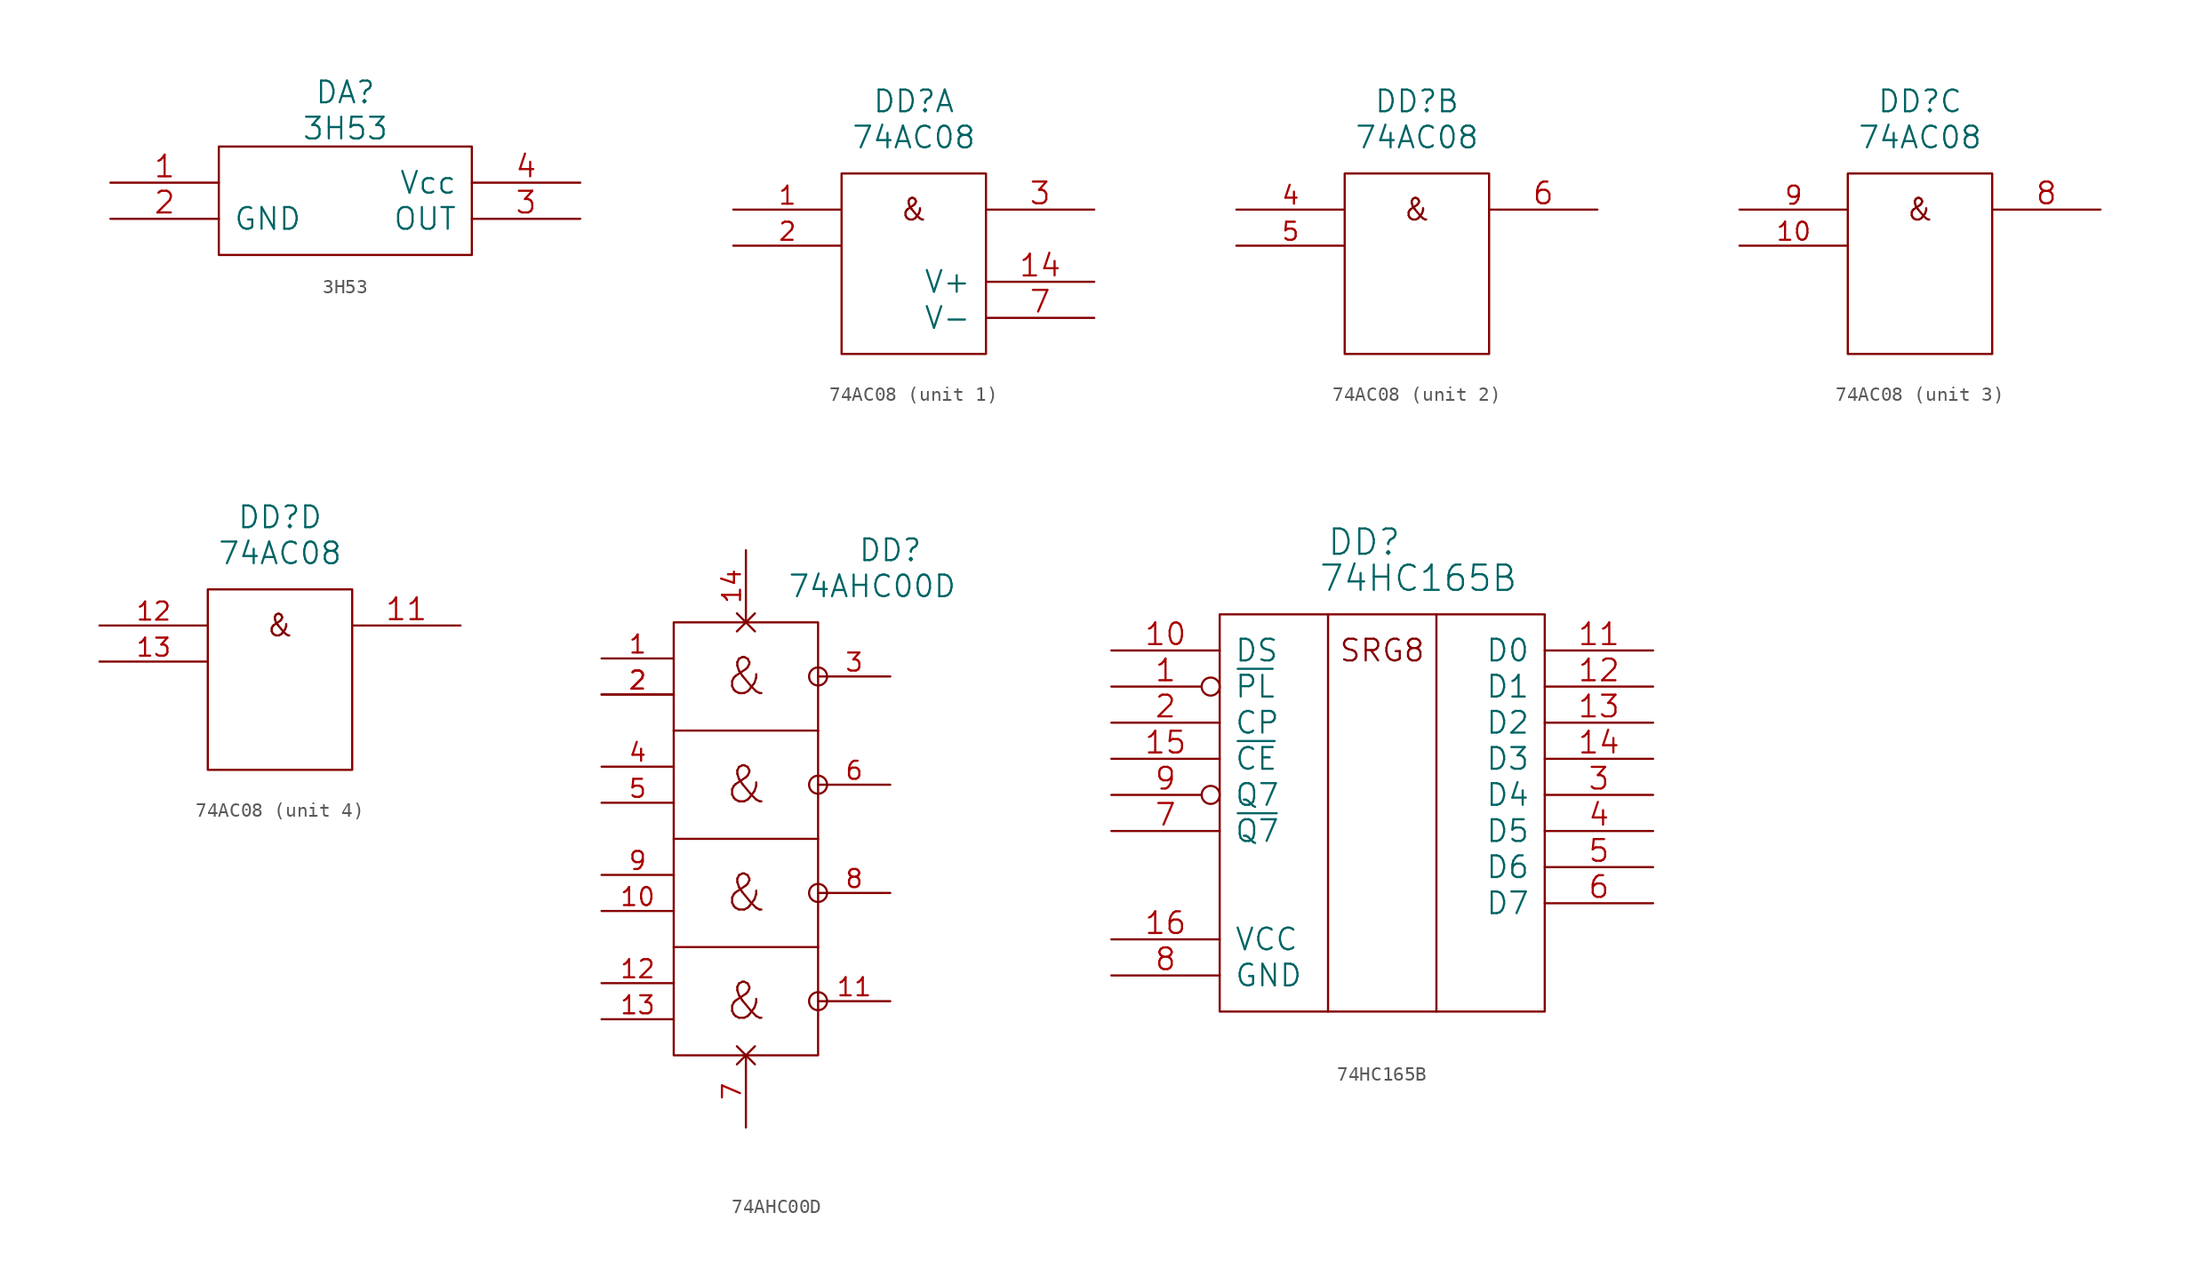
<source format=kicad_sym>
(kicad_symbol_lib
  (version 20211014)
  (generator kicad_symbol_editor)
  (symbol "3H53"
    (pin_names
      (offset 1.016))
    (property "Reference" "DA"
      (at 8.89 3.81 0)
      (effects (font (size 1.524 1.524))))
    (property "Value" "3H53"
      (at 8.89 1.27 0)
      (effects (font (size 1.524 1.524))))
    (property "Footprint" ""
      (at 0 0 0)
      (effects (font (size 1.524 1.524))))
    (property "Datasheet" ""
      (at 0 0 0)
      (effects (font (size 1.524 1.524))))
    (symbol "3H53_0_0"
      (pin input line (at -7.62 -2.54 0) (length 7.62) (name "~" (effects (font (size 1.524 1.524)))) (number "1" (effects (font (size 1.524 1.524)))))
      (pin input line (at -7.62 -5.08 0) (length 7.62) (name "GND" (effects (font (size 1.524 1.524)))) (number "2" (effects (font (size 1.524 1.524)))))
      (pin input line (at 25.4 -5.08 180) (length 7.62) (name "OUT" (effects (font (size 1.524 1.524)))) (number "3" (effects (font (size 1.524 1.524)))))
      (pin input line (at 25.4 -2.54 180) (length 7.62) (name "Vcc" (effects (font (size 1.524 1.524)))) (number "4" (effects (font (size 1.524 1.524))))))
    (symbol "3H53_0_1"
      (polyline (pts (xy 0 0) (xy 0 -7.62) (xy 17.78 -7.62) (xy 17.78 0) (xy 0 0)) (stroke (width 0) (type default) (color 0 0 0 0)) (fill (type none)))))
  (symbol "74AC08"
    (pin_names
      (offset 1.016))
    (property "Reference" "DD"
      (at 5.08 5.08 0)
      (effects (font (size 1.524 1.524))))
    (property "Value" "74AC08"
      (at 5.08 2.54 0)
      (effects (font (size 1.524 1.524))))
    (property "Footprint" ""
      (at 1.27 0 0)
      (effects (font (size 1.524 1.524))))
    (property "Datasheet" ""
      (at 1.27 0 0)
      (effects (font (size 1.524 1.524))))
    (symbol "74AC08_0_0"
      (rectangle (start 0 0) (end 10.16 -12.7) (stroke (width 0) (type default) (color 0 0 0 0)) (fill (type none)))
      (text "&" (at 5.08 -2.54 0) (effects (font (size 1.524 1.524)))))
    (symbol "74AC08_1_0"
      (pin input line (at -7.62 -2.54 0) (length 7.62) (name "~" (effects (font (size 1.27 1.27)))) (number "1" (effects (font (size 1.27 1.27)))))
      (pin input line (at 17.78 -7.62 180) (length 7.62) (name "V+" (effects (font (size 1.524 1.524)))) (number "14" (effects (font (size 1.524 1.524)))))
      (pin input line (at -7.62 -5.08 0) (length 7.62) (name "~" (effects (font (size 1.27 1.27)))) (number "2" (effects (font (size 1.27 1.27)))))
      (pin power_out line (at 17.78 -2.54 180) (length 7.62) (name "~" (effects (font (size 1.524 1.524)))) (number "3" (effects (font (size 1.524 1.524)))))
      (pin power_out line (at 17.78 -10.16 180) (length 7.62) (name "V-" (effects (font (size 1.524 1.524)))) (number "7" (effects (font (size 1.524 1.524))))))
    (symbol "74AC08_2_0"
      (pin input line (at -7.62 -2.54 0) (length 7.62) (name "~" (effects (font (size 1.27 1.27)))) (number "4" (effects (font (size 1.27 1.27)))))
      (pin input line (at -7.62 -5.08 0) (length 7.62) (name "~" (effects (font (size 1.27 1.27)))) (number "5" (effects (font (size 1.27 1.27)))))
      (pin power_out line (at 17.78 -2.54 180) (length 7.62) (name "~" (effects (font (size 1.524 1.524)))) (number "6" (effects (font (size 1.524 1.524))))))
    (symbol "74AC08_3_0"
      (pin input line (at -7.62 -5.08 0) (length 7.62) (name "~" (effects (font (size 1.27 1.27)))) (number "10" (effects (font (size 1.27 1.27)))))
      (pin power_out line (at 17.78 -2.54 180) (length 7.62) (name "~" (effects (font (size 1.524 1.524)))) (number "8" (effects (font (size 1.524 1.524)))))
      (pin input line (at -7.62 -2.54 0) (length 7.62) (name "~" (effects (font (size 1.27 1.27)))) (number "9" (effects (font (size 1.27 1.27))))))
    (symbol "74AC08_4_0"
      (pin power_out line (at 17.78 -2.54 180) (length 7.62) (name "~" (effects (font (size 1.524 1.524)))) (number "11" (effects (font (size 1.524 1.524)))))
      (pin input line (at -7.62 -2.54 0) (length 7.62) (name "~" (effects (font (size 1.27 1.27)))) (number "12" (effects (font (size 1.27 1.27)))))
      (pin input line (at -7.62 -5.08 0) (length 7.62) (name "~" (effects (font (size 1.27 1.27)))) (number "13" (effects (font (size 1.27 1.27)))))))
  (symbol "74AHC00D"
    (pin_names
      (offset 1.016))
    (property "Reference" "DD"
      (at 15.24 5.08 0)
      (effects (font (size 1.524 1.524))))
    (property "Value" "74AHC00D"
      (at 13.97 2.54 0)
      (effects (font (size 1.524 1.524))))
    (property "Footprint" ""
      (at 0 0 0)
      (effects (font (size 1.524 1.524))))
    (property "Datasheet" ""
      (at 0 0 0)
      (effects (font (size 1.524 1.524))))
    (symbol "74AHC00D_0_0"
      (polyline (pts (xy 4.445 -31.115) (xy 5.715 -29.845)) (stroke (width 0) (type default) (color 0 0 0 0)) (fill (type none)))
      (polyline (pts (xy 4.445 -29.845) (xy 5.715 -31.115)) (stroke (width 0) (type default) (color 0 0 0 0)) (fill (type none)))
      (polyline (pts (xy 5.715 -0.635) (xy 4.445 0.635)) (stroke (width 0) (type default) (color 0 0 0 0)) (fill (type none)))
      (polyline (pts (xy 5.715 0.635) (xy 4.445 -0.635)) (stroke (width 0) (type default) (color 0 0 0 0)) (fill (type none)))
      (text "&" (at 5.08 -26.67 0) (effects (font (size 2.54 2.54))))
      (text "&" (at 5.08 -19.05 0) (effects (font (size 2.54 2.54))))
      (text "&" (at 5.08 -11.43 0) (effects (font (size 2.54 2.54))))
      (text "&" (at 5.08 -3.81 0) (effects (font (size 2.54 2.54)))))
    (symbol "74AHC00D_0_1"
      (polyline (pts (xy 0 -15.24) (xy 10.16 -15.24)) (stroke (width 0) (type default) (color 0 0 0 0)) (fill (type none)))
      (polyline (pts (xy 0 -7.62) (xy 10.16 -7.62)) (stroke (width 0) (type default) (color 0 0 0 0)) (fill (type none)))
      (polyline (pts (xy 0 -22.86) (xy 10.16 -22.86) (xy 10.16 -22.86)) (stroke (width 0) (type default) (color 0 0 0 0)) (fill (type none)))
      (rectangle (start 0 0) (end 10.16 -30.48) (stroke (width 0) (type default) (color 0 0 0 0)) (fill (type none)))
      (circle (center 10.16 -26.67) (radius 0.635) (stroke (width 0) (type default) (color 0 0 0 0)) (fill (type none)))
      (circle (center 10.16 -19.05) (radius 0.635) (stroke (width 0) (type default) (color 0 0 0 0)) (fill (type none)))
      (circle (center 10.16 -11.43) (radius 0.635) (stroke (width 0) (type default) (color 0 0 0 0)) (fill (type none)))
      (circle (center 10.16 -3.81) (radius 0.635) (stroke (width 0) (type default) (color 0 0 0 0)) (fill (type none))))
    (symbol "74AHC00D_1_1"
      (pin passive line (at -5.08 -2.54 0) (length 5.08) (name "~" (effects (font (size 1.27 1.27)))) (number "1" (effects (font (size 1.27 1.27)))))
      (pin passive line (at -5.08 -20.32 0) (length 5.08) (name "~" (effects (font (size 1.27 1.27)))) (number "10" (effects (font (size 1.27 1.27)))))
      (pin passive line (at 15.24 -26.67 180) (length 5.08) (name "~" (effects (font (size 1.27 1.27)))) (number "11" (effects (font (size 1.27 1.27)))))
      (pin passive line (at -5.08 -25.4 0) (length 5.08) (name "~" (effects (font (size 1.27 1.27)))) (number "12" (effects (font (size 1.27 1.27)))))
      (pin passive line (at -5.08 -27.94 0) (length 5.08) (name "~" (effects (font (size 1.27 1.27)))) (number "13" (effects (font (size 1.27 1.27)))))
      (pin passive line (at 5.08 5.08 270) (length 5.08) (name "~" (effects (font (size 1.27 1.27)))) (number "14" (effects (font (size 1.27 1.27)))))
      (pin passive line (at -5.08 -5.08 0) (length 5.08) (name "~" (effects (font (size 1.27 1.27)))) (number "2" (effects (font (size 1.27 1.27)))))
      (pin passive line (at -5.08 -5.08 0) (length 5.08) (name "~" (effects (font (size 1.27 1.27)))) (number "2" (effects (font (size 1.27 1.27)))))
      (pin passive line (at 15.24 -3.81 180) (length 5.08) (name "~" (effects (font (size 1.27 1.27)))) (number "3" (effects (font (size 1.27 1.27)))))
      (pin passive line (at -5.08 -10.16 0) (length 5.08) (name "~" (effects (font (size 1.27 1.27)))) (number "4" (effects (font (size 1.27 1.27)))))
      (pin passive line (at -5.08 -12.7 0) (length 5.08) (name "~" (effects (font (size 1.27 1.27)))) (number "5" (effects (font (size 1.27 1.27)))))
      (pin passive line (at 15.24 -11.43 180) (length 5.08) (name "~" (effects (font (size 1.27 1.27)))) (number "6" (effects (font (size 1.27 1.27)))))
      (pin passive line (at 5.08 -35.56 90) (length 5.08) (name "~" (effects (font (size 1.27 1.27)))) (number "7" (effects (font (size 1.27 1.27)))))
      (pin passive line (at 15.24 -19.05 180) (length 5.08) (name "~" (effects (font (size 1.27 1.27)))) (number "8" (effects (font (size 1.27 1.27)))))
      (pin passive line (at -5.08 -17.78 0) (length 5.08) (name "~" (effects (font (size 1.27 1.27)))) (number "9" (effects (font (size 1.27 1.27)))))))
  (symbol "74HC165B"
    (pin_names
      (offset 1.016))
    (property "Reference" "DD"
      (at 17.78 7.62 0)
      (effects (font (size 1.778 1.778))))
    (property "Value" "74HC165B"
      (at 21.59 5.08 0)
      (effects (font (size 1.778 1.778))))
    (property "Footprint" ""
      (at 0 0 0)
      (effects (font (size 1.524 1.524))))
    (property "Datasheet" ""
      (at 0 0 0)
      (effects (font (size 1.524 1.524))))
    (symbol "74HC165B_0_0"
      (text "SRG8" (at 19.05 0 0) (effects (font (size 1.524 1.524)))))
    (symbol "74HC165B_0_1"
      (polyline (pts (xy 15.24 2.54) (xy 15.24 -25.4)) (stroke (width 0) (type default) (color 0 0 0 0)) (fill (type none)))
      (polyline (pts (xy 22.86 2.54) (xy 22.86 -25.4)) (stroke (width 0) (type default) (color 0 0 0 0)) (fill (type none)))
      (rectangle (start 7.62 2.54) (end 30.48 -25.4) (stroke (width 0) (type default) (color 0 0 0 0)) (fill (type none))))
    (symbol "74HC165B_1_1"
      (pin input inverted (at 0 -2.54 0) (length 7.62) (name "~{PL}" (effects (font (size 1.524 1.524)))) (number "1" (effects (font (size 1.524 1.524)))))
      (pin input line (at 0 0 0) (length 7.62) (name "DS" (effects (font (size 1.524 1.524)))) (number "10" (effects (font (size 1.524 1.524)))))
      (pin tri_state line (at 38.1 0 180) (length 7.62) (name "D0" (effects (font (size 1.524 1.524)))) (number "11" (effects (font (size 1.524 1.524)))))
      (pin tri_state line (at 38.1 -2.54 180) (length 7.62) (name "D1" (effects (font (size 1.524 1.524)))) (number "12" (effects (font (size 1.524 1.524)))))
      (pin tri_state line (at 38.1 -5.08 180) (length 7.62) (name "D2" (effects (font (size 1.524 1.524)))) (number "13" (effects (font (size 1.524 1.524)))))
      (pin tri_state line (at 38.1 -7.62 180) (length 7.62) (name "D3" (effects (font (size 1.524 1.524)))) (number "14" (effects (font (size 1.524 1.524)))))
      (pin input line (at 0 -7.62 0) (length 7.62) (name "~{CE}" (effects (font (size 1.524 1.524)))) (number "15" (effects (font (size 1.524 1.524)))))
      (pin power_in line (at 0 -20.32 0) (length 7.62) (name "VCC" (effects (font (size 1.524 1.524)))) (number "16" (effects (font (size 1.524 1.524)))))
      (pin input line (at 0 -5.08 0) (length 7.62) (name "CP" (effects (font (size 1.524 1.524)))) (number "2" (effects (font (size 1.524 1.524)))))
      (pin tri_state line (at 38.1 -10.16 180) (length 7.62) (name "D4" (effects (font (size 1.524 1.524)))) (number "3" (effects (font (size 1.524 1.524)))))
      (pin tri_state line (at 38.1 -12.7 180) (length 7.62) (name "D5" (effects (font (size 1.524 1.524)))) (number "4" (effects (font (size 1.524 1.524)))))
      (pin tri_state line (at 38.1 -15.24 180) (length 7.62) (name "D6" (effects (font (size 1.524 1.524)))) (number "5" (effects (font (size 1.524 1.524)))))
      (pin tri_state line (at 38.1 -17.78 180) (length 7.62) (name "D7" (effects (font (size 1.524 1.524)))) (number "6" (effects (font (size 1.524 1.524)))))
      (pin output line (at 0 -12.7 0) (length 7.62) (name "~{Q7}" (effects (font (size 1.524 1.524)))) (number "7" (effects (font (size 1.524 1.524)))))
      (pin power_in line (at 0 -22.86 0) (length 7.62) (name "GND" (effects (font (size 1.524 1.524)))) (number "8" (effects (font (size 1.524 1.524)))))
      (pin input inverted (at 0 -10.16 0) (length 7.62) (name "Q7" (effects (font (size 1.524 1.524)))) (number "9" (effects (font (size 1.524 1.524))))))))
</source>
